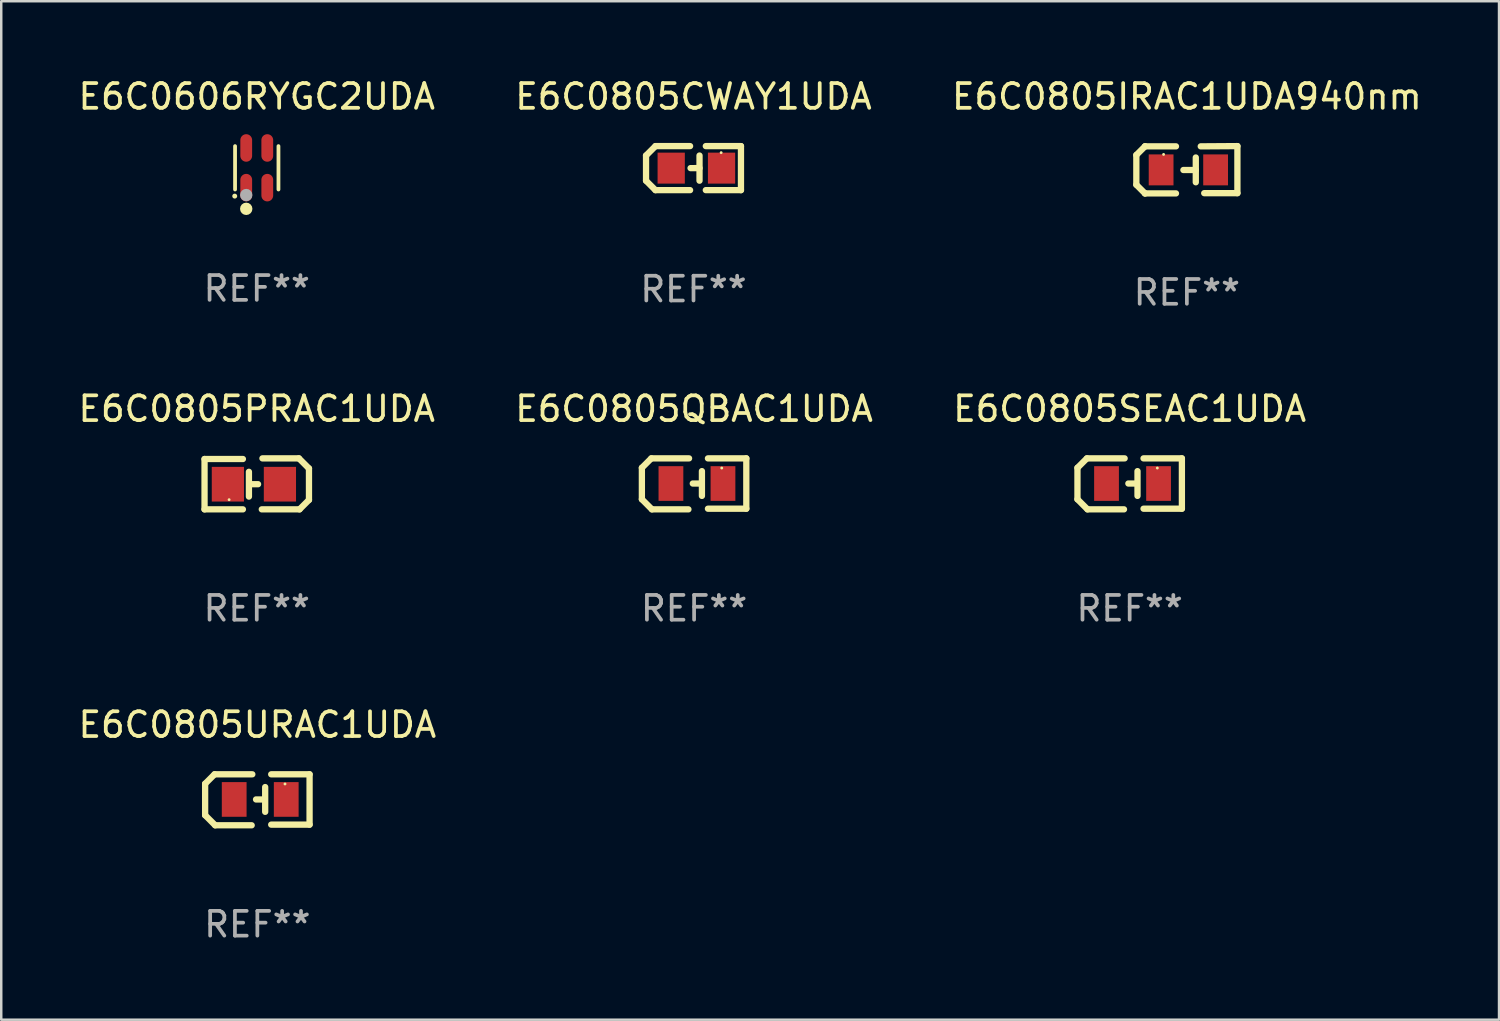
<source format=kicad_pcb>
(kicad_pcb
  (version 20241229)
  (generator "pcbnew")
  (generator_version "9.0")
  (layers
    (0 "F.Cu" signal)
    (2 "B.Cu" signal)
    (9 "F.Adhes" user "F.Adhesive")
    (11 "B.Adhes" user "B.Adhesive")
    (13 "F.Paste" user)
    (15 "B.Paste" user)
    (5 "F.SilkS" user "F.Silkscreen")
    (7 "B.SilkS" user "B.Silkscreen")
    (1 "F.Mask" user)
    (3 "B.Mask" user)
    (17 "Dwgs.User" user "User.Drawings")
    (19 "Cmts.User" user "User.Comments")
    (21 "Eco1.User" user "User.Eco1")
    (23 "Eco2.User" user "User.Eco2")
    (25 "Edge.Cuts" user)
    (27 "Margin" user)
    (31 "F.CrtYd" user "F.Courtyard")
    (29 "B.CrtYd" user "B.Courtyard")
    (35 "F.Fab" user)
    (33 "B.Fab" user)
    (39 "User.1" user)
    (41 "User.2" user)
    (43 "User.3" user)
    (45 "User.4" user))
  (footprint "E6C0805IRAC1UDA940nm"
    (layer "F.Cu")
    (at 44.863 3.803)
    (property "Reference" "E6C0805IRAC1UDA940nm" (at 0 -2.955 0) (layer "F.SilkS") (effects (font (size 1 1) (thickness 0.15))))
    (attr through_hole)
    (fp_line (start -2.04 -0.595) (end -2.04 0.605) (stroke (width 0.254) (type solid)) (layer "F.SilkS"))
    (fp_line (start -1.69 -0.945) (end -1.69 -0.945) (stroke (width 0.254) (type solid)) (layer "F.SilkS"))
    (fp_line (start -1.69 -0.945) (end -2.04 -0.595) (stroke (width 0.254) (type solid)) (layer "F.SilkS"))
    (fp_line (start -1.69 0.955) (end -2.04 0.605) (stroke (width 0.254) (type solid)) (layer "F.SilkS"))
    (fp_line (start -1.69 0.955) (end -1.69 0.955) (stroke (width 0.254) (type solid)) (layer "F.SilkS"))
    (fp_line (start -0.44 -0.945) (end -1.69 -0.945) (stroke (width 0.254) (type solid)) (layer "F.SilkS"))
    (fp_line (start -0.44 0.955) (end -1.69 0.955) (stroke (width 0.254) (type solid)) (layer "F.SilkS"))
    (fp_line (start 0.36 -0.495) (end 0.36 0.505) (stroke (width 0.254) (type solid)) (layer "F.SilkS"))
    (fp_line (start 0.36 0.01) (end -0.14 0.01) (stroke (width 0.254) (type solid)) (layer "F.SilkS"))
    (fp_line (start 0.56 -0.945) (end 2.04 -0.955) (stroke (width 0.254) (type solid)) (layer "F.SilkS"))
    (fp_line (start 0.7 0.945) (end 2.04 0.945) (stroke (width 0.254) (type solid)) (layer "F.SilkS"))
    (fp_line (start 2.04 -0.955) (end 2.04 0.945) (stroke (width 0.254) (type solid)) (layer "F.SilkS"))
    (fp_circle (center -0.94 -0.62) (end -0.91 -0.62) (stroke (width 0.06) (type solid)) (fill no) (layer "F.SilkS"))
    (fp_text user "REF**" (at 0 4.955 0) (layer "F.Fab") (effects (font (size 1 1) (thickness 0.15))))
    (pad "1" smd rect (at -1.04 0.005 180) (size 1 1.25) (layers "F.Cu" "F.Mask" "F.Paste"))
    (pad "2" smd rect (at 1.16 0.005 180) (size 1 1.25) (layers "F.Cu" "F.Mask" "F.Paste")))
  (footprint "E6C0805SEAC1UDA"
    (layer "F.Cu")
    (at 42.554 16.483)
    (property "Reference" "E6C0805SEAC1UDA" (at 0 -3.029 0) (layer "F.SilkS") (effects (font (size 1 1) (thickness 0.15))))
    (attr through_hole)
    (fp_line (start -2.108 -0.648) (end -1.727 -1.029) (stroke (width 0.254) (type solid)) (layer "F.SilkS"))
    (fp_line (start -2.108 0.622) (end -2.108 -0.648) (stroke (width 0.254) (type solid)) (layer "F.SilkS"))
    (fp_line (start -1.727 -1.029) (end -0.203 -1.029) (stroke (width 0.254) (type solid)) (layer "F.SilkS"))
    (fp_line (start -1.702 1.029) (end -2.108 0.622) (stroke (width 0.254) (type solid)) (layer "F.SilkS"))
    (fp_line (start -0.229 1.029) (end -1.702 1.029) (stroke (width 0.254) (type solid)) (layer "F.SilkS"))
    (fp_line (start 0.216 -0.014) (end -0.053 -0.014) (stroke (width 0.254) (type solid)) (layer "F.SilkS"))
    (fp_line (start 0.316 -0.514) (end 0.316 0.486) (stroke (width 0.254) (type solid)) (layer "F.SilkS"))
    (fp_line (start 0.559 1.003) (end 2.108 1.003) (stroke (width 0.254) (type solid)) (layer "F.SilkS"))
    (fp_line (start 2.108 -1.029) (end 0.559 -1.029) (stroke (width 0.254) (type solid)) (layer "F.SilkS"))
    (fp_line (start 2.108 1.003) (end 2.108 -1.029) (stroke (width 0.254) (type solid)) (layer "F.SilkS"))
    (fp_circle (center 1.116 -0.639) (end 1.146 -0.639) (stroke (width 0.06) (type solid)) (fill no) (layer "F.SilkS"))
    (fp_text user "REF**" (at 0 5.029 0) (layer "F.Fab") (effects (font (size 1 1) (thickness 0.15))))
    (pad "1" smd rect (at 1.166 -0.014 180) (size 1 1.4) (layers "F.Cu" "F.Mask" "F.Paste"))
    (pad "2" smd rect (at -0.935 -0.014 180) (size 1 1.4) (layers "F.Cu" "F.Mask" "F.Paste")))
  (footprint "E6C0805CWAY1UDA"
    (layer "F.Cu")
    (at 24.946 3.737)
    (property "Reference" "E6C0805CWAY1UDA" (at 0 -2.889 0) (layer "F.SilkS") (effects (font (size 1 1) (thickness 0.15))))
    (attr through_hole)
    (fp_line (start -1.916 -0.508) (end -1.535 -0.889) (stroke (width 0.254) (type solid)) (layer "F.SilkS"))
    (fp_line (start -1.916 0.508) (end -1.916 -0.508) (stroke (width 0.254) (type solid)) (layer "F.SilkS"))
    (fp_line (start -1.535 0.889) (end -1.916 0.508) (stroke (width 0.254) (type solid)) (layer "F.SilkS"))
    (fp_line (start -0.138 -0.889) (end -1.535 -0.889) (stroke (width 0.254) (type solid)) (layer "F.SilkS"))
    (fp_line (start -0.138 0.889) (end -1.535 0.889) (stroke (width 0.254) (type solid)) (layer "F.SilkS"))
    (fp_line (start 0.243 -0.001) (end -0.119 -0.000051) (stroke (width 0.254) (type solid)) (layer "F.SilkS"))
    (fp_line (start 0.243 0.508) (end 0.243 -0.508) (stroke (width 0.254) (type solid)) (layer "F.SilkS"))
    (fp_line (start 0.497 -0.889) (end 1.916 -0.889) (stroke (width 0.254) (type solid)) (layer "F.SilkS"))
    (fp_line (start 1.916 -0.889) (end 1.916 0.889) (stroke (width 0.254) (type solid)) (layer "F.SilkS"))
    (fp_line (start 1.916 0.889) (end 0.497 0.889) (stroke (width 0.254) (type solid)) (layer "F.SilkS"))
    (fp_circle (center 1.116 -0.625) (end 1.146 -0.625) (stroke (width 0.06) (type solid)) (fill no) (layer "F.SilkS"))
    (fp_text user "REF**" (at 0 4.889 0) (layer "F.Fab") (effects (font (size 1 1) (thickness 0.15))))
    (pad "1" smd rect (at 1.132 0) (size 1.1 1.25) (layers "F.Cu" "F.Mask" "F.Paste"))
    (pad "2" smd rect (at -0.9 0) (size 1.1 1.25) (layers "F.Cu" "F.Mask" "F.Paste")))
  (footprint "E6C0805URAC1UDA"
    (layer "F.Cu")
    (at 7.339 29.237)
    (property "Reference" "E6C0805URAC1UDA" (at 0 -3.029 0) (layer "F.SilkS") (effects (font (size 1 1) (thickness 0.15))))
    (attr through_hole)
    (fp_line (start -2.108 -0.648) (end -1.727 -1.029) (stroke (width 0.254) (type solid)) (layer "F.SilkS"))
    (fp_line (start -2.108 0.622) (end -2.108 -0.648) (stroke (width 0.254) (type solid)) (layer "F.SilkS"))
    (fp_line (start -1.727 -1.029) (end -0.203 -1.029) (stroke (width 0.254) (type solid)) (layer "F.SilkS"))
    (fp_line (start -1.702 1.029) (end -2.108 0.622) (stroke (width 0.254) (type solid)) (layer "F.SilkS"))
    (fp_line (start -0.229 1.029) (end -1.702 1.029) (stroke (width 0.254) (type solid)) (layer "F.SilkS"))
    (fp_line (start 0.216 -0.014) (end -0.053 -0.014) (stroke (width 0.254) (type solid)) (layer "F.SilkS"))
    (fp_line (start 0.316 -0.514) (end 0.316 0.486) (stroke (width 0.254) (type solid)) (layer "F.SilkS"))
    (fp_line (start 0.559 1.003) (end 2.108 1.003) (stroke (width 0.254) (type solid)) (layer "F.SilkS"))
    (fp_line (start 2.108 -1.029) (end 0.559 -1.029) (stroke (width 0.254) (type solid)) (layer "F.SilkS"))
    (fp_line (start 2.108 1.003) (end 2.108 -1.029) (stroke (width 0.254) (type solid)) (layer "F.SilkS"))
    (fp_circle (center 1.116 -0.639) (end 1.146 -0.639) (stroke (width 0.06) (type solid)) (fill no) (layer "F.SilkS"))
    (fp_text user "REF**" (at 0 5.029 0) (layer "F.Fab") (effects (font (size 1 1) (thickness 0.15))))
    (pad "1" smd rect (at 1.166 -0.014 180) (size 1 1.4) (layers "F.Cu" "F.Mask" "F.Paste"))
    (pad "2" smd rect (at -0.935 -0.014 180) (size 1 1.4) (layers "F.Cu" "F.Mask" "F.Paste")))
  (footprint "E6C0805PRAC1UDA"
    (layer "F.Cu")
    (at 7.315 16.483)
    (property "Reference" "E6C0805PRAC1UDA" (at 0 -3.029 0) (layer "F.SilkS") (effects (font (size 1 1) (thickness 0.15))))
    (attr through_hole)
    (fp_line (start -2.108 -1.003) (end -2.108 1.029) (stroke (width 0.254) (type solid)) (layer "F.SilkS"))
    (fp_line (start -2.108 1.029) (end -0.559 1.029) (stroke (width 0.254) (type solid)) (layer "F.SilkS"))
    (fp_line (start -0.559 -1.003) (end -2.108 -1.003) (stroke (width 0.254) (type solid)) (layer "F.SilkS"))
    (fp_line (start -0.316 0.514) (end -0.316 -0.486) (stroke (width 0.254) (type solid)) (layer "F.SilkS"))
    (fp_line (start -0.216 0.014) (end 0.053 0.014) (stroke (width 0.254) (type solid)) (layer "F.SilkS"))
    (fp_line (start 0.229 -1.029) (end 1.702 -1.029) (stroke (width 0.254) (type solid)) (layer "F.SilkS"))
    (fp_line (start 1.702 -1.029) (end 2.108 -0.622) (stroke (width 0.254) (type solid)) (layer "F.SilkS"))
    (fp_line (start 1.727 1.029) (end 0.203 1.029) (stroke (width 0.254) (type solid)) (layer "F.SilkS"))
    (fp_line (start 2.108 -0.622) (end 2.108 0.648) (stroke (width 0.254) (type solid)) (layer "F.SilkS"))
    (fp_line (start 2.108 0.648) (end 1.727 1.029) (stroke (width 0.254) (type solid)) (layer "F.SilkS"))
    (fp_circle (center -1.116 0.639) (end -1.086 0.639) (stroke (width 0.06) (type solid)) (fill no) (layer "F.SilkS"))
    (fp_text user "REF**" (at 0 5.029 0) (layer "F.Fab") (effects (font (size 1 1) (thickness 0.15))))
    (pad "1" smd rect (at -1.166 0.014) (size 1.3 1.4) (layers "F.Cu" "F.Mask" "F.Paste"))
    (pad "2" smd rect (at 0.935 0.014) (size 1.3 1.4) (layers "F.Cu" "F.Mask" "F.Paste")))
  (footprint "E6C0805QBAC1UDA"
    (layer "F.Cu")
    (at 24.97 16.483)
    (property "Reference" "E6C0805QBAC1UDA" (at 0 -3.029 0) (layer "F.SilkS") (effects (font (size 1 1) (thickness 0.15))))
    (attr through_hole)
    (fp_line (start -2.108 -0.648) (end -1.727 -1.029) (stroke (width 0.254) (type solid)) (layer "F.SilkS"))
    (fp_line (start -2.108 0.622) (end -2.108 -0.648) (stroke (width 0.254) (type solid)) (layer "F.SilkS"))
    (fp_line (start -1.727 -1.029) (end -0.203 -1.029) (stroke (width 0.254) (type solid)) (layer "F.SilkS"))
    (fp_line (start -1.702 1.029) (end -2.108 0.622) (stroke (width 0.254) (type solid)) (layer "F.SilkS"))
    (fp_line (start -0.229 1.029) (end -1.702 1.029) (stroke (width 0.254) (type solid)) (layer "F.SilkS"))
    (fp_line (start 0.216 -0.014) (end -0.053 -0.014) (stroke (width 0.254) (type solid)) (layer "F.SilkS"))
    (fp_line (start 0.316 -0.514) (end 0.316 0.486) (stroke (width 0.254) (type solid)) (layer "F.SilkS"))
    (fp_line (start 0.559 1.003) (end 2.108 1.003) (stroke (width 0.254) (type solid)) (layer "F.SilkS"))
    (fp_line (start 2.108 -1.029) (end 0.559 -1.029) (stroke (width 0.254) (type solid)) (layer "F.SilkS"))
    (fp_line (start 2.108 1.003) (end 2.108 -1.029) (stroke (width 0.254) (type solid)) (layer "F.SilkS"))
    (fp_circle (center 1.116 -0.639) (end 1.146 -0.639) (stroke (width 0.06) (type solid)) (fill no) (layer "F.SilkS"))
    (fp_text user "REF**" (at 0 5.029 0) (layer "F.Fab") (effects (font (size 1 1) (thickness 0.15))))
    (pad "1" smd rect (at 1.166 -0.014 180) (size 1 1.4) (layers "F.Cu" "F.Mask" "F.Paste"))
    (pad "2" smd rect (at -0.935 -0.014 180) (size 1 1.4) (layers "F.Cu" "F.Mask" "F.Paste")))
  (footprint "E6C0606RYGC2UDA"
    (layer "F.Cu")
    (at 7.315 3.724)
    (property "Reference" "E6C0606RYGC2UDA" (at 0 -2.876 0) (layer "F.SilkS") (effects (font (size 1 1) (thickness 0.15))))
    (attr through_hole)
    (fp_line (start -0.876 0.876) (end -0.876 -0.876) (stroke (width 0.152) (type solid)) (layer "F.SilkS"))
    (fp_line (start 0.876 0.876) (end 0.876 -0.876) (stroke (width 0.152) (type solid)) (layer "F.SilkS"))
    (fp_circle (center -0.889 1.143) (end -0.839 1.143) (stroke (width 0.1) (type solid)) (fill no) (layer "F.SilkS"))
    (fp_circle (center -0.425 1.656) (end -0.3 1.656) (stroke (width 0.25) (type solid)) (fill no) (layer "F.SilkS"))
    (fp_circle (center -0.425 1.1) (end -0.3 1.1) (stroke (width 0.25) (type solid)) (fill no) (layer "F.Fab"))
    (fp_text user "REF**" (at 0 4.876 0) (layer "F.Fab") (effects (font (size 1 1) (thickness 0.15))))
    (pad "1" smd oval (at -0.425 0.801) (size 0.476 1.111) (layers "F.Cu" "F.Mask" "F.Paste"))
    (pad "2" smd oval (at -0.425 -0.801) (size 0.476 1.111) (layers "F.Cu" "F.Mask" "F.Paste"))
    (pad "3" smd oval (at 0.425 0.801) (size 0.476 1.111) (layers "F.Cu" "F.Mask" "F.Paste"))
    (pad "4" smd oval (at 0.425 -0.801) (size 0.476 1.111) (layers "F.Cu" "F.Mask" "F.Paste")))
  (gr_rect
    (start -3 -3)
    (end 57.464 38.114)
    (stroke (width 0.1) (type default))
    (fill no)
    (layer "Edge.Cuts")))
</source>
